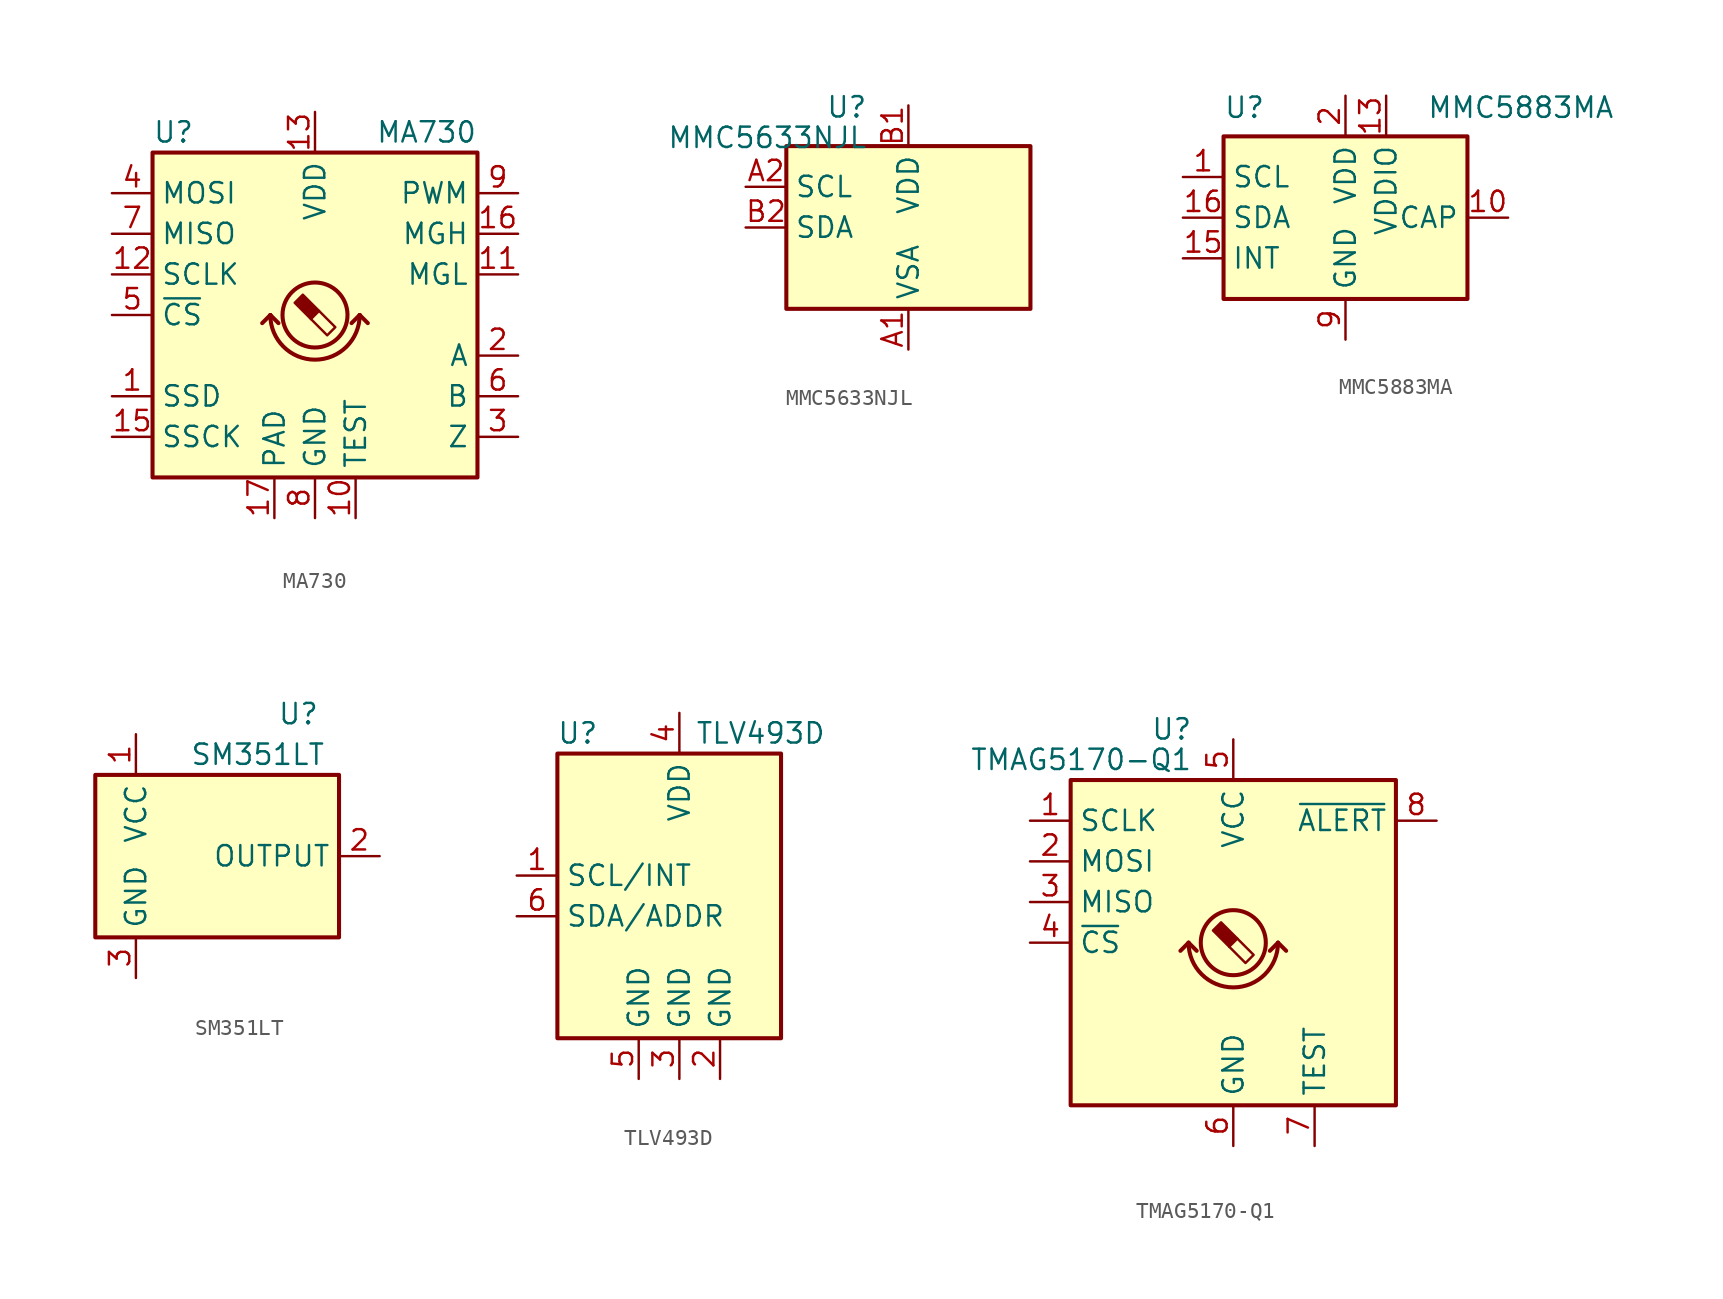
<source format=kicad_sym>
(kicad_symbol_lib
  (version 20201005)
  (generator kicad_symbol_editor)
  (symbol "Sensor_Magnetic:MA730"
    (property "Reference" "U"
      (at -10.16 11.43 0)
      (effects (font (size 1.27 1.27)) (justify left)))
    (property "Value" "MA730"
      (at 10.16 11.43 0)
      (effects (font (size 1.27 1.27)) (justify right)))
    (symbol "MA730_0_1"
      (arc (start -2.794 0) (end 2.794 0) (radius (at 0 0) (length 2.794) (angles -179.9 -0.1)) (stroke (width 0.254)) (fill (type none)))
      (rectangle (start -10.16 10.16) (end 10.16 -10.16) (stroke (width 0.254)) (fill (type background)))
      (polyline (pts (xy -2.794 0) (xy -3.302 -0.508)) (stroke (width 0.254)) (fill (type none)))
      (polyline (pts (xy -2.794 0) (xy -2.286 -0.508)) (stroke (width 0.254)) (fill (type none)))
      (polyline (pts (xy 2.794 0) (xy 2.286 -0.508)) (stroke (width 0.254)) (fill (type none)))
      (polyline (pts (xy 2.794 0) (xy 3.302 -0.508)) (stroke (width 0.254)) (fill (type none))))
    (symbol "MA730_1_1"
      (circle (center 0 0) (radius 2.032) (stroke (width 0.254)) (fill (type none)))
      (polyline (pts (xy 0.254 0.254) (xy 1.27 -0.762) (xy 0.762 -1.27) (xy -0.254 -0.254)) (stroke (width 0)) (fill (type none)))
      (polyline (pts (xy -0.762 1.27) (xy 0.254 0.254) (xy -0.254 -0.254) (xy -1.27 0.762) (xy -1.016 1.016) (xy -0.762 1.27) (xy -0.635 1.143)) (stroke (width 0)) (fill (type outline)))
      (pin output line (at -12.7 -5.08 0) (length 2.54) (name "SSD" (effects (font (size 1.27 1.27)))) (number "1" (effects (font (size 1.27 1.27)))))
      (pin passive line (at 2.54 -12.7 90) (length 2.54) (name "TEST" (effects (font (size 1.27 1.27)))) (number "10" (effects (font (size 1.27 1.27)))))
      (pin output line (at 12.7 2.54 180) (length 2.54) (name "MGL" (effects (font (size 1.27 1.27)))) (number "11" (effects (font (size 1.27 1.27)))))
      (pin input line (at -12.7 2.54 0) (length 2.54) (name "SCLK" (effects (font (size 1.27 1.27)))) (number "12" (effects (font (size 1.27 1.27)))))
      (pin power_in line (at 0 12.7 270) (length 2.54) (name "VDD" (effects (font (size 1.27 1.27)))) (number "13" (effects (font (size 1.27 1.27)))))
      (pin no_connect line (at 5.08 -10.16 90) (length 2.54) hide (name "NC" (effects (font (size 1.27 1.27)))) (number "14" (effects (font (size 1.27 1.27)))))
      (pin input line (at -12.7 -7.62 0) (length 2.54) (name "SSCK" (effects (font (size 1.27 1.27)))) (number "15" (effects (font (size 1.27 1.27)))))
      (pin output line (at 12.7 5.08 180) (length 2.54) (name "MGH" (effects (font (size 1.27 1.27)))) (number "16" (effects (font (size 1.27 1.27)))))
      (pin input line (at -2.54 -12.7 90) (length 2.54) (name "PAD" (effects (font (size 1.27 1.27)))) (number "17" (effects (font (size 1.27 1.27)))))
      (pin output line (at 12.7 -2.54 180) (length 2.54) (name "A" (effects (font (size 1.27 1.27)))) (number "2" (effects (font (size 1.27 1.27)))))
      (pin output line (at 12.7 -7.62 180) (length 2.54) (name "Z" (effects (font (size 1.27 1.27)))) (number "3" (effects (font (size 1.27 1.27)))))
      (pin input line (at -12.7 7.62 0) (length 2.54) (name "MOSI" (effects (font (size 1.27 1.27)))) (number "4" (effects (font (size 1.27 1.27)))))
      (pin input line (at -12.7 0 0) (length 2.54) (name "~CS" (effects (font (size 1.27 1.27)))) (number "5" (effects (font (size 1.27 1.27)))))
      (pin output line (at 12.7 -5.08 180) (length 2.54) (name "B" (effects (font (size 1.27 1.27)))) (number "6" (effects (font (size 1.27 1.27)))))
      (pin output line (at -12.7 5.08 0) (length 2.54) (name "MISO" (effects (font (size 1.27 1.27)))) (number "7" (effects (font (size 1.27 1.27)))))
      (pin power_in line (at 0 -12.7 90) (length 2.54) (name "GND" (effects (font (size 1.27 1.27)))) (number "8" (effects (font (size 1.27 1.27)))))
      (pin output line (at 12.7 7.62 180) (length 2.54) (name "PWM" (effects (font (size 1.27 1.27)))) (number "9" (effects (font (size 1.27 1.27)))))))
  (symbol "Sensor_Magnetic:MMC5633NJL"
    (property "Reference" "U"
      (at -2.54 8.255 0)
      (effects (font (size 1.27 1.27)) (justify right top)))
    (property "Value" "MMC5633NJL"
      (at -2.54 6.35 0)
      (effects (font (size 1.27 1.27)) (justify right top)))
    (symbol "MMC5633NJL_0_1"
      (rectangle (start -7.62 -5.08) (end 7.62 5.08) (stroke (width 0.254)) (fill (type background))))
    (symbol "MMC5633NJL_1_1"
      (pin power_in line (at 0 -7.62 90) (length 2.54) (name "VSA" (effects (font (size 1.27 1.27)))) (number "A1" (effects (font (size 1.27 1.27)))))
      (pin input line (at -10.16 2.54 0) (length 2.54) (name "SCL" (effects (font (size 1.27 1.27)))) (number "A2" (effects (font (size 1.27 1.27)))))
      (pin power_in line (at 0 7.62 270) (length 2.54) (name "VDD" (effects (font (size 1.27 1.27)))) (number "B1" (effects (font (size 1.27 1.27)))))
      (pin bidirectional line (at -10.16 0 0) (length 2.54) (name "SDA" (effects (font (size 1.27 1.27)))) (number "B2" (effects (font (size 1.27 1.27)))))))
  (symbol "Sensor_Magnetic:MMC5883MA"
    (property "Reference" "U"
      (at -7.62 7.62 0)
      (effects (font (size 1.27 1.27)) (justify left top)))
    (property "Value" "MMC5883MA"
      (at 5.08 7.62 0)
      (effects (font (size 1.27 1.27)) (justify left top)))
    (symbol "MMC5883MA_0_1"
      (rectangle (start -7.62 -5.08) (end 7.62 5.08) (stroke (width 0.254)) (fill (type background))))
    (symbol "MMC5883MA_1_1"
      (pin input line (at -10.16 2.54 0) (length 2.54) (name "SCL" (effects (font (size 1.27 1.27)))) (number "1" (effects (font (size 1.27 1.27)))))
      (pin passive line (at 10.16 0 180) (length 2.54) (name "CAP" (effects (font (size 1.27 1.27)))) (number "10" (effects (font (size 1.27 1.27)))))
      (pin passive line (at 0 -7.62 90) (length 2.54) hide (name "GND" (effects (font (size 1.27 1.27)))) (number "11" (effects (font (size 1.27 1.27)))))
      (pin no_connect line (at 5.08 -5.08 90) (length 2.54) hide (name "NC" (effects (font (size 1.27 1.27)))) (number "12" (effects (font (size 1.27 1.27)))))
      (pin power_in line (at 2.54 7.62 270) (length 2.54) (name "VDDIO" (effects (font (size 1.27 1.27)))) (number "13" (effects (font (size 1.27 1.27)))))
      (pin no_connect line (at -2.54 -5.08 90) (length 2.54) hide (name "NC" (effects (font (size 1.27 1.27)))) (number "14" (effects (font (size 1.27 1.27)))))
      (pin output line (at -10.16 -2.54 0) (length 2.54) (name "INT" (effects (font (size 1.27 1.27)))) (number "15" (effects (font (size 1.27 1.27)))))
      (pin bidirectional line (at -10.16 0 0) (length 2.54) (name "SDA" (effects (font (size 1.27 1.27)))) (number "16" (effects (font (size 1.27 1.27)))))
      (pin power_in line (at 0 7.62 270) (length 2.54) (name "VDD" (effects (font (size 1.27 1.27)))) (number "2" (effects (font (size 1.27 1.27)))))
      (pin no_connect line (at 7.62 -5.08 180) (length 2.54) hide (name "NC" (effects (font (size 1.27 1.27)))) (number "3" (effects (font (size 1.27 1.27)))))
      (pin no_connect line (at 7.62 2.54 180) (length 2.54) hide (name "NC" (effects (font (size 1.27 1.27)))) (number "4" (effects (font (size 1.27 1.27)))))
      (pin no_connect line (at 7.62 5.08 180) (length 2.54) hide (name "NC" (effects (font (size 1.27 1.27)))) (number "5" (effects (font (size 1.27 1.27)))))
      (pin no_connect line (at 7.62 -2.54 180) (length 2.54) hide (name "NC" (effects (font (size 1.27 1.27)))) (number "6" (effects (font (size 1.27 1.27)))))
      (pin no_connect line (at -5.08 -5.08 90) (length 2.54) hide (name "NC" (effects (font (size 1.27 1.27)))) (number "7" (effects (font (size 1.27 1.27)))))
      (pin no_connect line (at 2.54 -5.08 90) (length 2.54) hide (name "NC" (effects (font (size 1.27 1.27)))) (number "8" (effects (font (size 1.27 1.27)))))
      (pin power_in line (at 0 -7.62 90) (length 2.54) (name "GND" (effects (font (size 1.27 1.27)))) (number "9" (effects (font (size 1.27 1.27)))))))
  (symbol "Sensor_Magnetic:SM351LT"
    (property "Reference" "U"
      (at 5.08 8.89 0)
      (effects (font (size 1.27 1.27))))
    (property "Value" "SM351LT"
      (at 2.54 6.35 0)
      (effects (font (size 1.27 1.27))))
    (symbol "SM351LT_0_1"
      (rectangle (start 7.62 5.08) (end -7.62 -5.08) (stroke (width 0.254)) (fill (type background))))
    (symbol "SM351LT_1_1"
      (pin power_in line (at -5.08 7.62 270) (length 2.54) (name "VCC" (effects (font (size 1.27 1.27)))) (number "1" (effects (font (size 1.27 1.27)))))
      (pin output line (at 10.16 0 180) (length 2.54) (name "OUTPUT" (effects (font (size 1.27 1.27)))) (number "2" (effects (font (size 1.27 1.27)))))
      (pin power_in line (at -5.08 -7.62 90) (length 2.54) (name "GND" (effects (font (size 1.27 1.27)))) (number "3" (effects (font (size 1.27 1.27)))))))
  (symbol "Sensor_Magnetic:TLV493D"
    (property "Reference" "U"
      (at -6.35 11.43 0)
      (effects (font (size 1.27 1.27))))
    (property "Value" "TLV493D"
      (at 5.08 11.43 0)
      (effects (font (size 1.27 1.27))))
    (symbol "TLV493D_0_1"
      (rectangle (start -7.62 10.16) (end 6.35 -7.62) (stroke (width 0.254)) (fill (type background))))
    (symbol "TLV493D_1_1"
      (pin bidirectional line (at -10.16 2.54 0) (length 2.54) (name "SCL/INT" (effects (font (size 1.27 1.27)))) (number "1" (effects (font (size 1.27 1.27)))))
      (pin power_in line (at 2.54 -10.16 90) (length 2.54) (name "GND" (effects (font (size 1.27 1.27)))) (number "2" (effects (font (size 1.27 1.27)))))
      (pin power_in line (at 0 -10.16 90) (length 2.54) (name "GND" (effects (font (size 1.27 1.27)))) (number "3" (effects (font (size 1.27 1.27)))))
      (pin power_in line (at 0 12.7 270) (length 2.54) (name "VDD" (effects (font (size 1.27 1.27)))) (number "4" (effects (font (size 1.27 1.27)))))
      (pin power_in line (at -2.54 -10.16 90) (length 2.54) (name "GND" (effects (font (size 1.27 1.27)))) (number "5" (effects (font (size 1.27 1.27)))))
      (pin bidirectional line (at -10.16 0 0) (length 2.54) (name "SDA/ADDR" (effects (font (size 1.27 1.27)))) (number "6" (effects (font (size 1.27 1.27)))))))
  (symbol "Sensor_Magnetic:TMAG5170-Q1"
    (property "Reference" "U"
      (at -2.54 13.335 0)
      (effects (font (size 1.27 1.27)) (justify right)))
    (property "Value" "TMAG5170-Q1"
      (at -2.54 11.43 0)
      (effects (font (size 1.27 1.27)) (justify right)))
    (symbol "TMAG5170-Q1_0_1"
      (arc (start -2.794 0) (end 2.794 0) (radius (at 0 0) (length 2.794) (angles -179.9 -0.1)) (stroke (width 0.254)) (fill (type none)))
      (rectangle (start -10.16 10.16) (end 10.16 -10.16) (stroke (width 0.254)) (fill (type background)))
      (polyline (pts (xy -2.794 0) (xy -3.302 -0.508)) (stroke (width 0.254)) (fill (type none)))
      (polyline (pts (xy -2.794 0) (xy -2.286 -0.508)) (stroke (width 0.254)) (fill (type none)))
      (polyline (pts (xy 2.794 0) (xy 2.286 -0.508)) (stroke (width 0.254)) (fill (type none)))
      (polyline (pts (xy 2.794 0) (xy 3.302 -0.508)) (stroke (width 0.254)) (fill (type none))))
    (symbol "TMAG5170-Q1_1_1"
      (circle (center 0 0) (radius 2.032) (stroke (width 0.254)) (fill (type none)))
      (polyline (pts (xy 0.254 0.254) (xy 1.27 -0.762) (xy 0.762 -1.27) (xy -0.254 -0.254)) (stroke (width 0)) (fill (type none)))
      (polyline (pts (xy -0.762 1.27) (xy 0.254 0.254) (xy -0.254 -0.254) (xy -1.27 0.762) (xy -1.016 1.016) (xy -0.762 1.27) (xy -0.635 1.143)) (stroke (width 0)) (fill (type outline)))
      (pin input line (at -12.7 0 0) (length 2.54) (name "~CS" (effects (font (size 1.27 1.27)))) (number "4" (effects (font (size 1.27 1.27)))))
      (pin passive line (at 5.08 -12.7 90) (length 2.54) (name "TEST" (effects (font (size 1.27 1.27)))) (number "7" (effects (font (size 1.27 1.27)))))
      (pin power_in line (at 0 12.7 270) (length 2.54) (name "VCC" (effects (font (size 1.27 1.27)))) (number "5" (effects (font (size 1.27 1.27)))))
      (pin power_in line (at 0 -12.7 90) (length 2.54) (name "GND" (effects (font (size 1.27 1.27)))) (number "6" (effects (font (size 1.27 1.27)))))
      (pin bidirectional line (at 12.7 7.62 180) (length 2.54) (name "~ALERT" (effects (font (size 1.27 1.27)))) (number "8" (effects (font (size 1.27 1.27)))))
      (pin input line (at -12.7 7.62 0) (length 2.54) (name "SCLK" (effects (font (size 1.27 1.27)))) (number "1" (effects (font (size 1.27 1.27)))))
      (pin output line (at -12.7 2.54 0) (length 2.54) (name "MISO" (effects (font (size 1.27 1.27)))) (number "3" (effects (font (size 1.27 1.27)))))
      (pin input line (at -12.7 5.08 0) (length 2.54) (name "MOSI" (effects (font (size 1.27 1.27)))) (number "2" (effects (font (size 1.27 1.27))))))))
</source>
